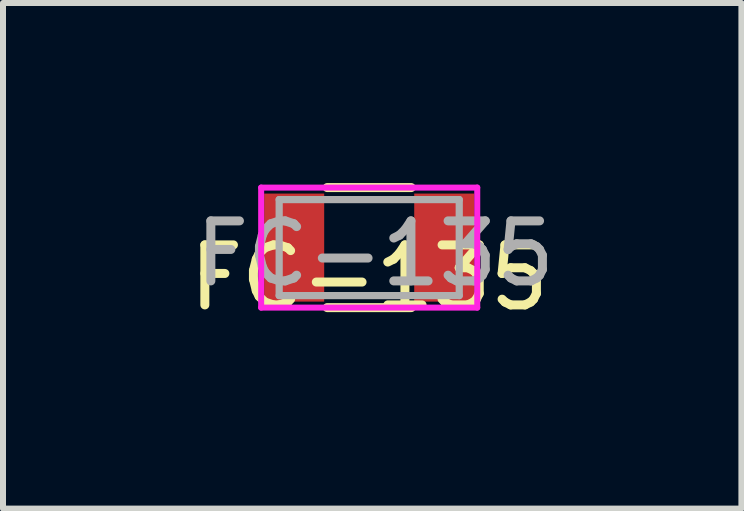
<source format=kicad_pcb>
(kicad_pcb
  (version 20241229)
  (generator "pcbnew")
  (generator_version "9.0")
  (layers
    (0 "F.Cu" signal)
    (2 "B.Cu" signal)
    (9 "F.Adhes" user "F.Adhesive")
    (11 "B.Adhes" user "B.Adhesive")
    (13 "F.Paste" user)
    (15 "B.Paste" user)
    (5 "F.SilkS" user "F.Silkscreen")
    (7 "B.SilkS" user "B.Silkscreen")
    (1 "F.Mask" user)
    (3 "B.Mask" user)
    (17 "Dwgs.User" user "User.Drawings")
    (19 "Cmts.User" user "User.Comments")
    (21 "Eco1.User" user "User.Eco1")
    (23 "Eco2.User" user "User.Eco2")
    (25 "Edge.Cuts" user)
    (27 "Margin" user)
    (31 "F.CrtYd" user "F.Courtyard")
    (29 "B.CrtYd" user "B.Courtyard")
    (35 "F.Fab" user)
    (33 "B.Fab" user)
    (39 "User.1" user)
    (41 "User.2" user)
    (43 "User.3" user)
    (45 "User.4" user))
  (footprint "FC-135"
    (layer "F.Cu")
    (at 3.101 1.075)
    (property "Reference" "FC-135" (at 0 0.5 0) (layer "F.SilkS") (effects (font (size 1 1) (thickness 0.15))))
    (attr through_hole)
    (fp_line (start -0.7 -1) (end 0.7 -1) (stroke (width 0.15) (type solid)) (layer "F.SilkS"))
    (fp_line (start -0.7 1) (end 0.7 1) (stroke (width 0.15) (type solid)) (layer "F.SilkS"))
    (fp_line (start -1.8 -1) (end 1.8 -1) (stroke (width 0.1) (type solid)) (layer "F.CrtYd"))
    (fp_line (start -1.8 1) (end -1.8 -1) (stroke (width 0.1) (type solid)) (layer "F.CrtYd"))
    (fp_line (start 1.8 -1) (end 1.8 1) (stroke (width 0.1) (type solid)) (layer "F.CrtYd"))
    (fp_line (start 1.8 1) (end -1.8 1) (stroke (width 0.1) (type solid)) (layer "F.CrtYd"))
    (fp_line (start -1.5 -0.8) (end -1.5 0.8) (stroke (width 0.12) (type solid)) (layer "F.Fab"))
    (fp_line (start -1.5 -0.8) (end 1.5 -0.8) (stroke (width 0.12) (type solid)) (layer "F.Fab"))
    (fp_line (start 1.5 -0.8) (end 1.5 0.8) (stroke (width 0.12) (type solid)) (layer "F.Fab"))
    (fp_line (start 1.5 0.8) (end -1.5 0.8) (stroke (width 0.12) (type solid)) (layer "F.Fab"))
    (fp_text user "${REFERENCE}" (at 0.1 0.1 0) (layer "F.Fab") (effects (font (size 1 1) (thickness 0.15))))
    (pad "1" smd rect (at -1.25 0) (size 1 1.8) (layers "F.Cu" "F.Mask" "F.Paste"))
    (pad "2" smd rect (at 1.25 0) (size 1 1.8) (layers "F.Cu" "F.Mask" "F.Paste")))
  (gr_rect
    (start -3 -3)
    (end 9.302 5.423)
    (stroke (width 0.1) (type default))
    (fill no)
    (layer "Edge.Cuts")))
</source>
